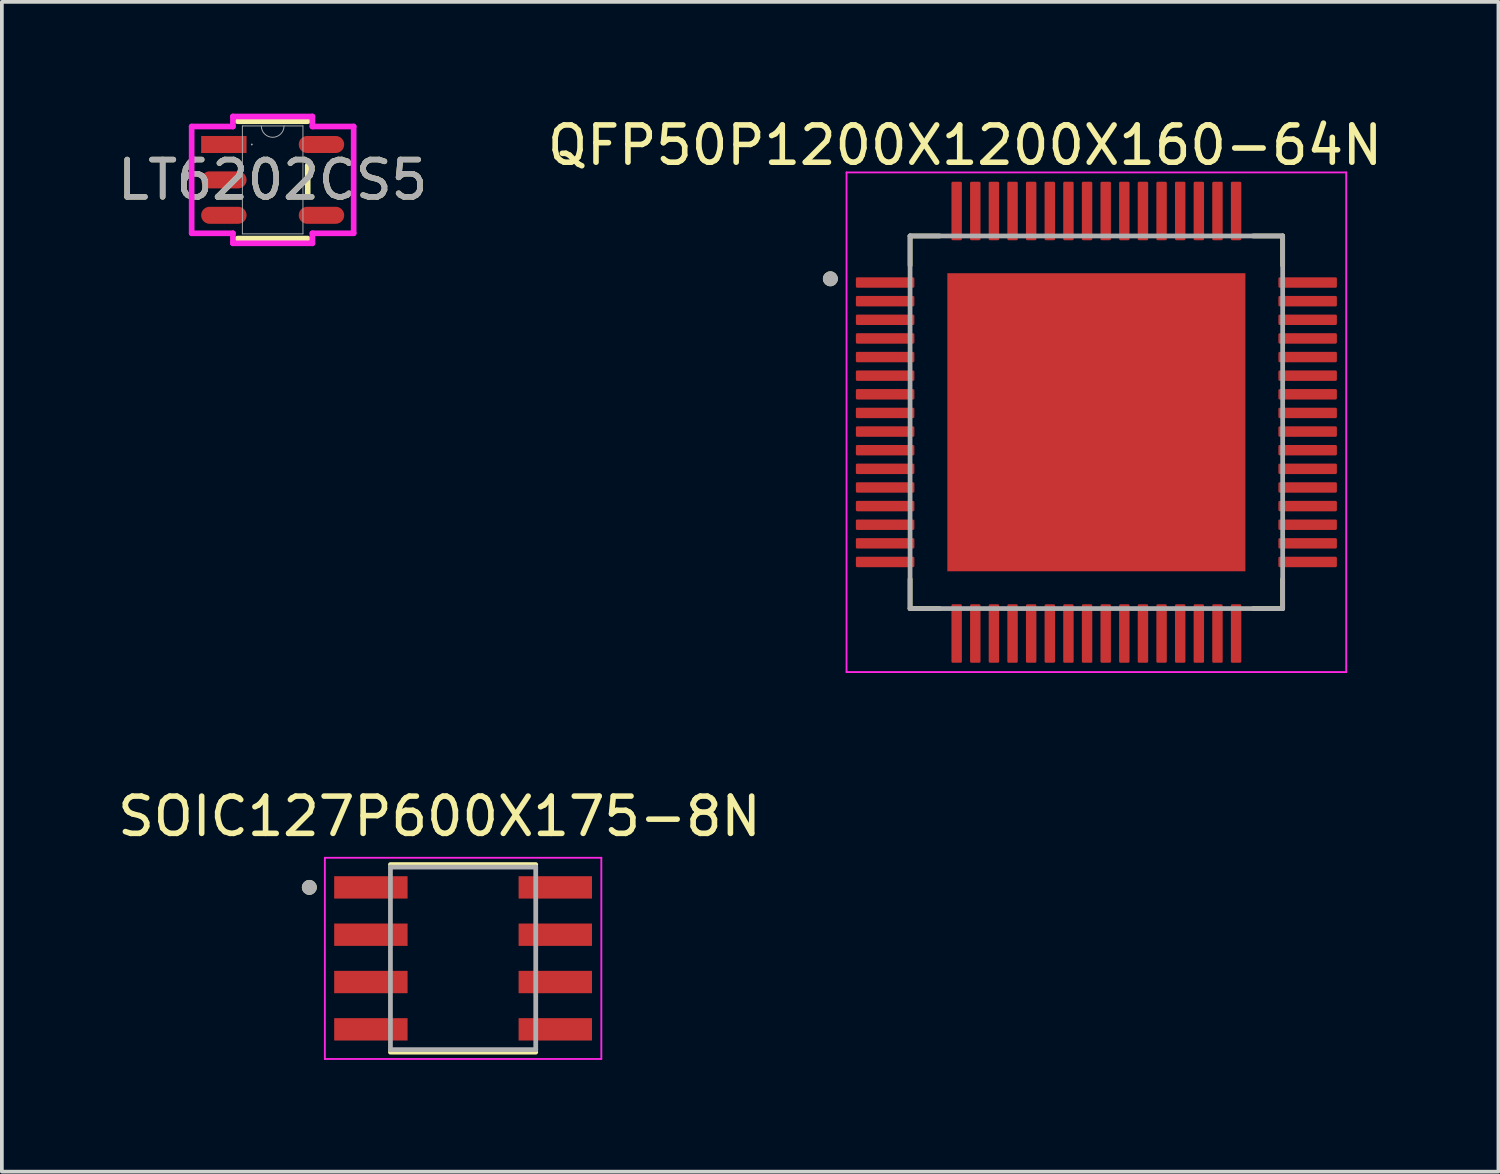
<source format=kicad_pcb>
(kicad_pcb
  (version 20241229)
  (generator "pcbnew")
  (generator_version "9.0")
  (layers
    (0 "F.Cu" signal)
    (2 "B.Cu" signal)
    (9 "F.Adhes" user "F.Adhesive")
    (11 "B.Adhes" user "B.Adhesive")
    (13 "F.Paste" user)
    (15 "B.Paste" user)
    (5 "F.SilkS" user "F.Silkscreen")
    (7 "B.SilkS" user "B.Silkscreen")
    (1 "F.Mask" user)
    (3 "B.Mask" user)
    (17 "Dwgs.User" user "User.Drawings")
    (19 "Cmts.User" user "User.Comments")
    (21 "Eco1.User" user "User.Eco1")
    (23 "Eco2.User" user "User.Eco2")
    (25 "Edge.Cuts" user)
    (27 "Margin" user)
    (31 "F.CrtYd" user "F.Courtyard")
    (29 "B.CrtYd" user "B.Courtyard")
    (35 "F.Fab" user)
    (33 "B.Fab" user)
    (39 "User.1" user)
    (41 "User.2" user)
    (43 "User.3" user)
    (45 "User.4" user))
  (footprint "SOIC127P600X175-8N"
    (layer "F.Cu")
    (at 9.379 22.672)
    (property "Reference" "SOIC127P600X175-8N" (at -0.635 -3.81 0) (layer "F.SilkS") (effects (font (size 1 1) (thickness 0.15))))
    (attr smd)
    (fp_line (start -1.95 -2.518) (end 1.95 -2.518) (stroke (width 0.127) (type solid)) (layer "F.SilkS"))
    (fp_line (start 1.95 2.518) (end -1.95 2.518) (stroke (width 0.127) (type solid)) (layer "F.SilkS"))
    (fp_circle (center -4.127 -1.905) (end -4.027 -1.905) (stroke (width 0.2) (type solid)) (fill no) (layer "F.SilkS"))
    (fp_line (start -3.71 -2.7) (end 3.71 -2.7) (stroke (width 0.05) (type solid)) (layer "F.CrtYd"))
    (fp_line (start -3.71 2.7) (end -3.71 -2.7) (stroke (width 0.05) (type solid)) (layer "F.CrtYd"))
    (fp_line (start 3.71 -2.7) (end 3.71 2.7) (stroke (width 0.05) (type solid)) (layer "F.CrtYd"))
    (fp_line (start 3.71 2.7) (end -3.71 2.7) (stroke (width 0.05) (type solid)) (layer "F.CrtYd"))
    (fp_line (start -1.95 -2.45) (end 1.95 -2.45) (stroke (width 0.127) (type solid)) (layer "F.Fab"))
    (fp_line (start -1.95 2.45) (end -1.95 -2.45) (stroke (width 0.127) (type solid)) (layer "F.Fab"))
    (fp_line (start 1.95 -2.45) (end 1.95 2.45) (stroke (width 0.127) (type solid)) (layer "F.Fab"))
    (fp_line (start 1.95 2.45) (end -1.95 2.45) (stroke (width 0.127) (type solid)) (layer "F.Fab"))
    (fp_circle (center -4.127 -1.905) (end -4.027 -1.905) (stroke (width 0.2) (type solid)) (fill no) (layer "F.Fab"))
    (pad "1" smd rect (at -2.475 -1.905) (size 1.97 0.6) (layers "F.Cu" "F.Mask" "F.Paste"))
    (pad "2" smd rect (at -2.475 -0.635) (size 1.97 0.6) (layers "F.Cu" "F.Mask" "F.Paste"))
    (pad "3" smd rect (at -2.475 0.635) (size 1.97 0.6) (layers "F.Cu" "F.Mask" "F.Paste"))
    (pad "4" smd rect (at -2.475 1.905) (size 1.97 0.6) (layers "F.Cu" "F.Mask" "F.Paste"))
    (pad "5" smd rect (at 2.475 1.905) (size 1.97 0.6) (layers "F.Cu" "F.Mask" "F.Paste"))
    (pad "6" smd rect (at 2.475 0.635) (size 1.97 0.6) (layers "F.Cu" "F.Mask" "F.Paste"))
    (pad "7" smd rect (at 2.475 -0.635) (size 1.97 0.6) (layers "F.Cu" "F.Mask" "F.Paste"))
    (pad "8" smd rect (at 2.475 -1.905) (size 1.97 0.6) (layers "F.Cu" "F.Mask" "F.Paste")))
  (footprint "LT6202CS5"
    (layer "F.Cu")
    (at 4.268 1.778)
    (property "Reference" "LT6202CS5" (at 0 0 0) (unlocked yes) (layer "F.SilkS") (effects (font (size 1 1) (thickness 0.15))))
    (attr smd)
    (fp_line (start -0.94 1.575) (end 0.94 1.575) (stroke (width 0.152) (type solid)) (layer "F.SilkS"))
    (fp_line (start 0.94 -1.575) (end -0.94 -1.575) (stroke (width 0.152) (type solid)) (layer "F.SilkS"))
    (fp_line (start 0.94 0.389) (end 0.94 -0.389) (stroke (width 0.152) (type solid)) (layer "F.SilkS"))
    (fp_line (start -2.174 -1.433) (end -1.067 -1.433) (stroke (width 0.152) (type solid)) (layer "F.CrtYd"))
    (fp_line (start -2.174 1.433) (end -2.174 -1.433) (stroke (width 0.152) (type solid)) (layer "F.CrtYd"))
    (fp_line (start -2.174 1.433) (end -1.067 1.433) (stroke (width 0.152) (type solid)) (layer "F.CrtYd"))
    (fp_line (start -1.067 -1.702) (end 1.067 -1.702) (stroke (width 0.152) (type solid)) (layer "F.CrtYd"))
    (fp_line (start -1.067 -1.433) (end -1.067 -1.702) (stroke (width 0.152) (type solid)) (layer "F.CrtYd"))
    (fp_line (start -1.067 1.702) (end -1.067 1.433) (stroke (width 0.152) (type solid)) (layer "F.CrtYd"))
    (fp_line (start 1.067 -1.702) (end 1.067 -1.433) (stroke (width 0.152) (type solid)) (layer "F.CrtYd"))
    (fp_line (start 1.067 1.433) (end 1.067 1.702) (stroke (width 0.152) (type solid)) (layer "F.CrtYd"))
    (fp_line (start 1.067 1.702) (end -1.067 1.702) (stroke (width 0.152) (type solid)) (layer "F.CrtYd"))
    (fp_line (start 2.174 -1.433) (end 1.067 -1.433) (stroke (width 0.152) (type solid)) (layer "F.CrtYd"))
    (fp_line (start 2.174 -1.433) (end 2.174 1.433) (stroke (width 0.152) (type solid)) (layer "F.CrtYd"))
    (fp_line (start 2.174 1.433) (end 1.067 1.433) (stroke (width 0.152) (type solid)) (layer "F.CrtYd"))
    (fp_line (start -0.813 -1.448) (end -0.813 1.448) (stroke (width 0.025) (type solid)) (layer "F.Fab"))
    (fp_line (start -0.813 1.448) (end 0.813 1.448) (stroke (width 0.025) (type solid)) (layer "F.Fab"))
    (fp_line (start 0.813 -1.448) (end -0.813 -1.448) (stroke (width 0.025) (type solid)) (layer "F.Fab"))
    (fp_line (start 0.813 1.448) (end 0.813 -1.448) (stroke (width 0.025) (type solid)) (layer "F.Fab"))
    (fp_arc (start 0.3048 -1.4478) (mid 0 -1.143) (end -0.3048 -1.4478) (stroke (width 0.0254) (type solid)) (layer "F.Fab"))
    (fp_circle (center -0.559 -0.95) (end -0.559 -0.95) (stroke (width 0.025) (type solid)) (fill no) (layer "F.Fab"))
    (fp_text user "${REFERENCE}" (at 0 0 0) (unlocked yes) (layer "F.Fab") (effects (font (size 1 1) (thickness 0.15))))
    (pad "1" smd rect (at -1.31 -0.95) (size 1.219 0.457) (layers "F.Cu" "F.Mask" "F.Paste"))
    (pad "2" smd oval (at -1.31 0) (size 1.219 0.457) (layers "F.Cu" "F.Mask" "F.Paste"))
    (pad "3" smd oval (at -1.31 0.95) (size 1.219 0.457) (layers "F.Cu" "F.Mask" "F.Paste"))
    (pad "4" smd oval (at 1.31 0.95) (size 1.219 0.457) (layers "F.Cu" "F.Mask" "F.Paste"))
    (pad "5" smd oval (at 1.31 -0.95) (size 1.219 0.457) (layers "F.Cu" "F.Mask" "F.Paste")))
  (footprint "QFP50P1200X1200X160-64N"
    (layer "F.Cu")
    (at 26.376 8.283)
    (property "Reference" "QFP50P1200X1200X160-64N" (at -3.525 -7.435 0) (layer "F.SilkS") (effects (font (size 1 1) (thickness 0.15))))
    (attr smd)
    (fp_line (start -5 -5) (end -5 -4.21) (stroke (width 0.127) (type solid)) (layer "F.SilkS"))
    (fp_line (start -5 -5) (end -4.21 -5) (stroke (width 0.127) (type solid)) (layer "F.SilkS"))
    (fp_line (start -5 5) (end -5 4.21) (stroke (width 0.127) (type solid)) (layer "F.SilkS"))
    (fp_line (start -5 5) (end -4.21 5) (stroke (width 0.127) (type solid)) (layer "F.SilkS"))
    (fp_line (start 5 -5) (end 4.21 -5) (stroke (width 0.127) (type solid)) (layer "F.SilkS"))
    (fp_line (start 5 -5) (end 5 -4.21) (stroke (width 0.127) (type solid)) (layer "F.SilkS"))
    (fp_line (start 5 5) (end 4.21 5) (stroke (width 0.127) (type solid)) (layer "F.SilkS"))
    (fp_line (start 5 5) (end 5 4.21) (stroke (width 0.127) (type solid)) (layer "F.SilkS"))
    (fp_circle (center -7.14 -3.85) (end -7.04 -3.85) (stroke (width 0.2) (type solid)) (fill no) (layer "F.SilkS"))
    (fp_line (start -6.705 -6.705) (end 6.705 -6.705) (stroke (width 0.05) (type solid)) (layer "F.CrtYd"))
    (fp_line (start -6.705 6.705) (end -6.705 -6.705) (stroke (width 0.05) (type solid)) (layer "F.CrtYd"))
    (fp_line (start -6.705 6.705) (end 6.705 6.705) (stroke (width 0.05) (type solid)) (layer "F.CrtYd"))
    (fp_line (start 6.705 6.705) (end 6.705 -6.705) (stroke (width 0.05) (type solid)) (layer "F.CrtYd"))
    (fp_line (start -5 5) (end -5 -5) (stroke (width 0.127) (type solid)) (layer "F.Fab"))
    (fp_line (start 5 -5) (end -5 -5) (stroke (width 0.127) (type solid)) (layer "F.Fab"))
    (fp_line (start 5 5) (end -5 5) (stroke (width 0.127) (type solid)) (layer "F.Fab"))
    (fp_line (start 5 5) (end 5 -5) (stroke (width 0.127) (type solid)) (layer "F.Fab"))
    (fp_circle (center -7.14 -3.85) (end -7.04 -3.85) (stroke (width 0.2) (type solid)) (fill no) (layer "F.Fab"))
    (pad "1" smd roundrect (at -5.67 -3.75) (size 1.57 0.28) (layers "F.Cu" "F.Mask" "F.Paste") (roundrect_rratio 0.125))
    (pad "2" smd roundrect (at -5.67 -3.25) (size 1.57 0.28) (layers "F.Cu" "F.Mask" "F.Paste") (roundrect_rratio 0.125))
    (pad "3" smd roundrect (at -5.67 -2.75) (size 1.57 0.28) (layers "F.Cu" "F.Mask" "F.Paste") (roundrect_rratio 0.125))
    (pad "4" smd roundrect (at -5.67 -2.25) (size 1.57 0.28) (layers "F.Cu" "F.Mask" "F.Paste") (roundrect_rratio 0.125))
    (pad "5" smd roundrect (at -5.67 -1.75) (size 1.57 0.28) (layers "F.Cu" "F.Mask" "F.Paste") (roundrect_rratio 0.125))
    (pad "6" smd roundrect (at -5.67 -1.25) (size 1.57 0.28) (layers "F.Cu" "F.Mask" "F.Paste") (roundrect_rratio 0.125))
    (pad "7" smd roundrect (at -5.67 -0.75) (size 1.57 0.28) (layers "F.Cu" "F.Mask" "F.Paste") (roundrect_rratio 0.125))
    (pad "8" smd roundrect (at -5.67 -0.25) (size 1.57 0.28) (layers "F.Cu" "F.Mask" "F.Paste") (roundrect_rratio 0.125))
    (pad "9" smd roundrect (at -5.67 0.25) (size 1.57 0.28) (layers "F.Cu" "F.Mask" "F.Paste") (roundrect_rratio 0.125))
    (pad "10" smd roundrect (at -5.67 0.75) (size 1.57 0.28) (layers "F.Cu" "F.Mask" "F.Paste") (roundrect_rratio 0.125))
    (pad "11" smd roundrect (at -5.67 1.25) (size 1.57 0.28) (layers "F.Cu" "F.Mask" "F.Paste") (roundrect_rratio 0.125))
    (pad "12" smd roundrect (at -5.67 1.75) (size 1.57 0.28) (layers "F.Cu" "F.Mask" "F.Paste") (roundrect_rratio 0.125))
    (pad "13" smd roundrect (at -5.67 2.25) (size 1.57 0.28) (layers "F.Cu" "F.Mask" "F.Paste") (roundrect_rratio 0.125))
    (pad "14" smd roundrect (at -5.67 2.75) (size 1.57 0.28) (layers "F.Cu" "F.Mask" "F.Paste") (roundrect_rratio 0.125))
    (pad "15" smd roundrect (at -5.67 3.25) (size 1.57 0.28) (layers "F.Cu" "F.Mask" "F.Paste") (roundrect_rratio 0.125))
    (pad "16" smd roundrect (at -5.67 3.75) (size 1.57 0.28) (layers "F.Cu" "F.Mask" "F.Paste") (roundrect_rratio 0.125))
    (pad "17" smd roundrect (at -3.75 5.67) (size 0.28 1.57) (layers "F.Cu" "F.Mask" "F.Paste") (roundrect_rratio 0.125))
    (pad "18" smd roundrect (at -3.25 5.67) (size 0.28 1.57) (layers "F.Cu" "F.Mask" "F.Paste") (roundrect_rratio 0.125))
    (pad "19" smd roundrect (at -2.75 5.67) (size 0.28 1.57) (layers "F.Cu" "F.Mask" "F.Paste") (roundrect_rratio 0.125))
    (pad "20" smd roundrect (at -2.25 5.67) (size 0.28 1.57) (layers "F.Cu" "F.Mask" "F.Paste") (roundrect_rratio 0.125))
    (pad "21" smd roundrect (at -1.75 5.67) (size 0.28 1.57) (layers "F.Cu" "F.Mask" "F.Paste") (roundrect_rratio 0.125))
    (pad "22" smd roundrect (at -1.25 5.67) (size 0.28 1.57) (layers "F.Cu" "F.Mask" "F.Paste") (roundrect_rratio 0.125))
    (pad "23" smd roundrect (at -0.75 5.67) (size 0.28 1.57) (layers "F.Cu" "F.Mask" "F.Paste") (roundrect_rratio 0.125))
    (pad "24" smd roundrect (at -0.25 5.67) (size 0.28 1.57) (layers "F.Cu" "F.Mask" "F.Paste") (roundrect_rratio 0.125))
    (pad "25" smd roundrect (at 0.25 5.67) (size 0.28 1.57) (layers "F.Cu" "F.Mask" "F.Paste") (roundrect_rratio 0.125))
    (pad "26" smd roundrect (at 0.75 5.67) (size 0.28 1.57) (layers "F.Cu" "F.Mask" "F.Paste") (roundrect_rratio 0.125))
    (pad "27" smd roundrect (at 1.25 5.67) (size 0.28 1.57) (layers "F.Cu" "F.Mask" "F.Paste") (roundrect_rratio 0.125))
    (pad "28" smd roundrect (at 1.75 5.67) (size 0.28 1.57) (layers "F.Cu" "F.Mask" "F.Paste") (roundrect_rratio 0.125))
    (pad "29" smd roundrect (at 2.25 5.67) (size 0.28 1.57) (layers "F.Cu" "F.Mask" "F.Paste") (roundrect_rratio 0.125))
    (pad "30" smd roundrect (at 2.75 5.67) (size 0.28 1.57) (layers "F.Cu" "F.Mask" "F.Paste") (roundrect_rratio 0.125))
    (pad "31" smd roundrect (at 3.25 5.67) (size 0.28 1.57) (layers "F.Cu" "F.Mask" "F.Paste") (roundrect_rratio 0.125))
    (pad "32" smd roundrect (at 3.75 5.67) (size 0.28 1.57) (layers "F.Cu" "F.Mask" "F.Paste") (roundrect_rratio 0.125))
    (pad "33" smd roundrect (at 5.67 3.75) (size 1.57 0.28) (layers "F.Cu" "F.Mask" "F.Paste") (roundrect_rratio 0.125))
    (pad "34" smd roundrect (at 5.67 3.25) (size 1.57 0.28) (layers "F.Cu" "F.Mask" "F.Paste") (roundrect_rratio 0.125))
    (pad "35" smd roundrect (at 5.67 2.75) (size 1.57 0.28) (layers "F.Cu" "F.Mask" "F.Paste") (roundrect_rratio 0.125))
    (pad "36" smd roundrect (at 5.67 2.25) (size 1.57 0.28) (layers "F.Cu" "F.Mask" "F.Paste") (roundrect_rratio 0.125))
    (pad "37" smd roundrect (at 5.67 1.75) (size 1.57 0.28) (layers "F.Cu" "F.Mask" "F.Paste") (roundrect_rratio 0.125))
    (pad "38" smd roundrect (at 5.67 1.25) (size 1.57 0.28) (layers "F.Cu" "F.Mask" "F.Paste") (roundrect_rratio 0.125))
    (pad "39" smd roundrect (at 5.67 0.75) (size 1.57 0.28) (layers "F.Cu" "F.Mask" "F.Paste") (roundrect_rratio 0.125))
    (pad "40" smd roundrect (at 5.67 0.25) (size 1.57 0.28) (layers "F.Cu" "F.Mask" "F.Paste") (roundrect_rratio 0.125))
    (pad "41" smd roundrect (at 5.67 -0.25) (size 1.57 0.28) (layers "F.Cu" "F.Mask" "F.Paste") (roundrect_rratio 0.125))
    (pad "42" smd roundrect (at 5.67 -0.75) (size 1.57 0.28) (layers "F.Cu" "F.Mask" "F.Paste") (roundrect_rratio 0.125))
    (pad "43" smd roundrect (at 5.67 -1.25) (size 1.57 0.28) (layers "F.Cu" "F.Mask" "F.Paste") (roundrect_rratio 0.125))
    (pad "44" smd roundrect (at 5.67 -1.75) (size 1.57 0.28) (layers "F.Cu" "F.Mask" "F.Paste") (roundrect_rratio 0.125))
    (pad "45" smd roundrect (at 5.67 -2.25) (size 1.57 0.28) (layers "F.Cu" "F.Mask" "F.Paste") (roundrect_rratio 0.125))
    (pad "46" smd roundrect (at 5.67 -2.75) (size 1.57 0.28) (layers "F.Cu" "F.Mask" "F.Paste") (roundrect_rratio 0.125))
    (pad "47" smd roundrect (at 5.67 -3.25) (size 1.57 0.28) (layers "F.Cu" "F.Mask" "F.Paste") (roundrect_rratio 0.125))
    (pad "48" smd roundrect (at 5.67 -3.75) (size 1.57 0.28) (layers "F.Cu" "F.Mask" "F.Paste") (roundrect_rratio 0.125))
    (pad "49" smd roundrect (at 3.75 -5.67) (size 0.28 1.57) (layers "F.Cu" "F.Mask" "F.Paste") (roundrect_rratio 0.125))
    (pad "50" smd roundrect (at 3.25 -5.67) (size 0.28 1.57) (layers "F.Cu" "F.Mask" "F.Paste") (roundrect_rratio 0.125))
    (pad "51" smd roundrect (at 2.75 -5.67) (size 0.28 1.57) (layers "F.Cu" "F.Mask" "F.Paste") (roundrect_rratio 0.125))
    (pad "52" smd roundrect (at 2.25 -5.67) (size 0.28 1.57) (layers "F.Cu" "F.Mask" "F.Paste") (roundrect_rratio 0.125))
    (pad "53" smd roundrect (at 1.75 -5.67) (size 0.28 1.57) (layers "F.Cu" "F.Mask" "F.Paste") (roundrect_rratio 0.125))
    (pad "54" smd roundrect (at 1.25 -5.67) (size 0.28 1.57) (layers "F.Cu" "F.Mask" "F.Paste") (roundrect_rratio 0.125))
    (pad "55" smd roundrect (at 0.75 -5.67) (size 0.28 1.57) (layers "F.Cu" "F.Mask" "F.Paste") (roundrect_rratio 0.125))
    (pad "56" smd roundrect (at 0.25 -5.67) (size 0.28 1.57) (layers "F.Cu" "F.Mask" "F.Paste") (roundrect_rratio 0.125))
    (pad "57" smd roundrect (at -0.25 -5.67) (size 0.28 1.57) (layers "F.Cu" "F.Mask" "F.Paste") (roundrect_rratio 0.125))
    (pad "58" smd roundrect (at -0.75 -5.67) (size 0.28 1.57) (layers "F.Cu" "F.Mask" "F.Paste") (roundrect_rratio 0.125))
    (pad "59" smd roundrect (at -1.25 -5.67) (size 0.28 1.57) (layers "F.Cu" "F.Mask" "F.Paste") (roundrect_rratio 0.125))
    (pad "60" smd roundrect (at -1.75 -5.67) (size 0.28 1.57) (layers "F.Cu" "F.Mask" "F.Paste") (roundrect_rratio 0.125))
    (pad "61" smd roundrect (at -2.25 -5.67) (size 0.28 1.57) (layers "F.Cu" "F.Mask" "F.Paste") (roundrect_rratio 0.125))
    (pad "62" smd roundrect (at -2.75 -5.67) (size 0.28 1.57) (layers "F.Cu" "F.Mask" "F.Paste") (roundrect_rratio 0.125))
    (pad "63" smd roundrect (at -3.25 -5.67) (size 0.28 1.57) (layers "F.Cu" "F.Mask" "F.Paste") (roundrect_rratio 0.125))
    (pad "64" smd roundrect (at -3.75 -5.67) (size 0.28 1.57) (layers "F.Cu" "F.Mask" "F.Paste") (roundrect_rratio 0.125))
    (pad "65" smd rect (at 0 0) (size 8 8) (layers "F.Cu" "F.Mask" "F.Paste")))
  (gr_rect
    (start -3 -3)
    (end 37.167 28.396)
    (stroke (width 0.1) (type default))
    (fill no)
    (layer "Edge.Cuts")))
</source>
